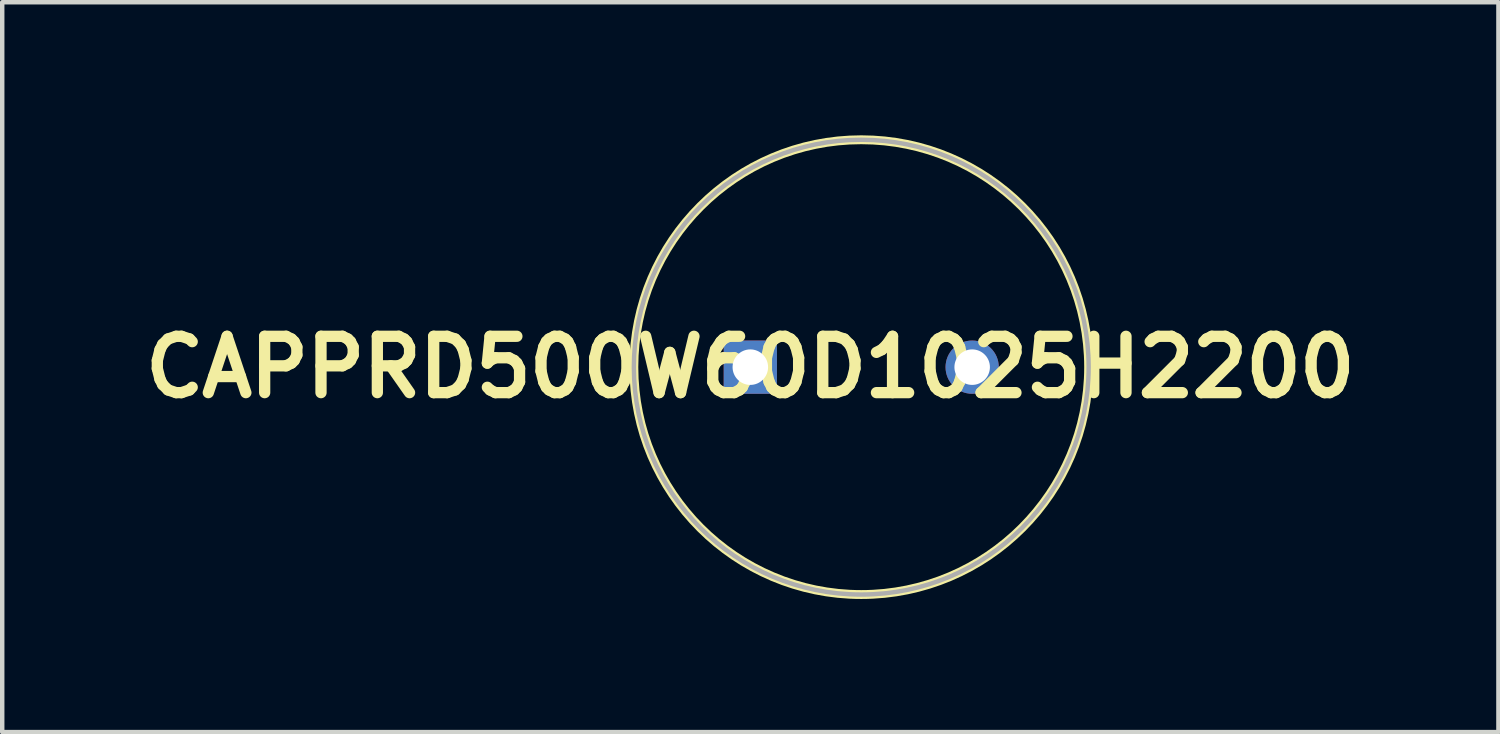
<source format=kicad_pcb>
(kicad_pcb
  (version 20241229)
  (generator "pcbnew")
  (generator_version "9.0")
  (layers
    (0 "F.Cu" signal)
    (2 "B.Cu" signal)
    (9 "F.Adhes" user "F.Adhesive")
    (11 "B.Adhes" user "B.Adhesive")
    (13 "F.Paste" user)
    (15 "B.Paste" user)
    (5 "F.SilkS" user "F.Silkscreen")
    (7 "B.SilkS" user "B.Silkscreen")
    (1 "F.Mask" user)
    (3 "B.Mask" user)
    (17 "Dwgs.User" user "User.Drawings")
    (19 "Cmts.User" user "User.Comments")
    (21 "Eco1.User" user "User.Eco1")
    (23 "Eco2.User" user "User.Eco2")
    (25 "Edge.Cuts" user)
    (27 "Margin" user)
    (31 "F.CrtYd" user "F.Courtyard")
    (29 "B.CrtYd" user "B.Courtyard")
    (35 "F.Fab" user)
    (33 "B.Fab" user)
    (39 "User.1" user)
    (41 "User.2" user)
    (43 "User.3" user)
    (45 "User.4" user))
  (footprint "CAPPRD500W60D1025H2200"
    (layer "F.Cu")
    (at 13.861 5.225)
    (property "Reference" "CAPPRD500W60D1025H2200" (at 0 0 0) (layer "F.SilkS") (effects (font (size 1.27 1.27) (thickness 0.254))))
    (attr through_hole)
    (fp_circle (center 2.5 0) (end 2.5 5.125) (stroke (width 0.2) (type solid)) (fill no) (layer "F.SilkS"))
    (fp_circle (center 2.5 0) (end 2.5 5.125) (stroke (width 0.1) (type solid)) (fill no) (layer "F.Fab"))
    (pad "1" thru_hole rect (at 0 0) (size 1.2 1.2) (drill 0.8) (layers "*.Cu" "*.Mask"))
    (pad "2" thru_hole circle (at 5 0) (size 1.2 1.2) (drill 0.8) (layers "*.Cu" "*.Mask")))
  (gr_rect
    (start -3 -3)
    (end 30.722 13.45)
    (stroke (width 0.1) (type default))
    (fill no)
    (layer "Edge.Cuts")))
</source>
